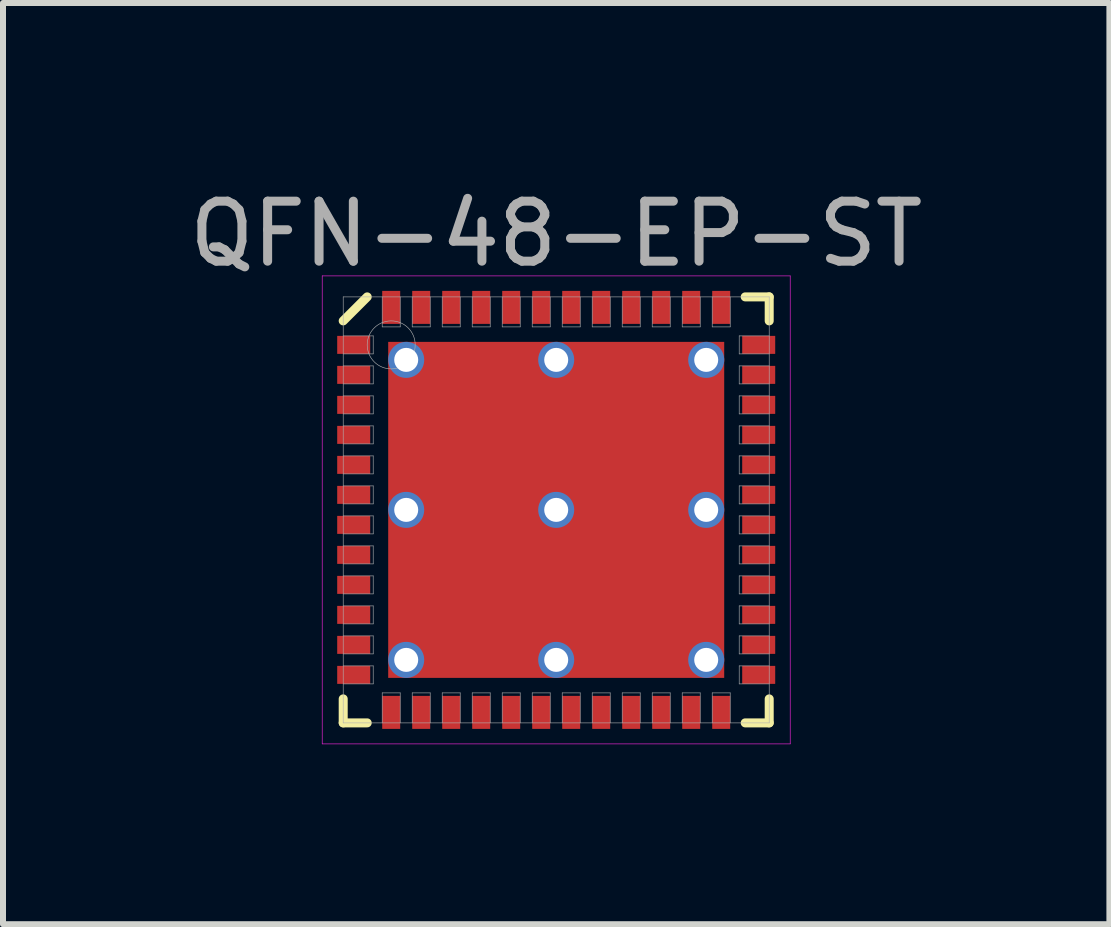
<source format=kicad_pcb>
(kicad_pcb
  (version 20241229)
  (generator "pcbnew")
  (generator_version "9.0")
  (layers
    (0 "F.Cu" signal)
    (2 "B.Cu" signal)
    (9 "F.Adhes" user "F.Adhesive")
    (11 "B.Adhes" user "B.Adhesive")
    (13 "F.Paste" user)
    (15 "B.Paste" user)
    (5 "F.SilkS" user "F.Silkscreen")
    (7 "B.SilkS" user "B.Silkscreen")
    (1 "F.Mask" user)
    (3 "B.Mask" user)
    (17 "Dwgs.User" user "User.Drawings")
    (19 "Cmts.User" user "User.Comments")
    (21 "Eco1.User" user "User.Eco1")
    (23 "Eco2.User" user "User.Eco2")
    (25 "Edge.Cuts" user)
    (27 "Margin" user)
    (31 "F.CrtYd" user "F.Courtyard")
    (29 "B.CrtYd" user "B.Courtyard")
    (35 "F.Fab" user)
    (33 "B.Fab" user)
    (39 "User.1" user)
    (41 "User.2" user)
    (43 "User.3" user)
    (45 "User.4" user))
  (footprint "QFN-48-EP-ST"
    (layer "F.Cu")
    (at 6.22 5.448)
    (property "Reference" "QFN-48-EP-ST" (at 0 -4.6 0) (layer "F.Fab") (effects (font (size 1 1) (thickness 0.15))))
    (attr through_hole)
    (fp_line (start -3.55 -3.15) (end -3.15 -3.55) (stroke (width 0.15) (type solid)) (layer "F.SilkS"))
    (fp_line (start -3.55 3.55) (end -3.55 3.15) (stroke (width 0.15) (type solid)) (layer "F.SilkS"))
    (fp_line (start -3.15 3.55) (end -3.55 3.55) (stroke (width 0.15) (type solid)) (layer "F.SilkS"))
    (fp_line (start 3.15 -3.55) (end 3.55 -3.55) (stroke (width 0.15) (type solid)) (layer "F.SilkS"))
    (fp_line (start 3.15 3.55) (end 3.55 3.55) (stroke (width 0.15) (type solid)) (layer "F.SilkS"))
    (fp_line (start 3.55 -3.55) (end 3.55 -3.15) (stroke (width 0.15) (type solid)) (layer "F.SilkS"))
    (fp_line (start 3.55 3.55) (end 3.55 3.15) (stroke (width 0.15) (type solid)) (layer "F.SilkS"))
    (fp_line (start -3.9 -3.9) (end 3.9 -3.9) (stroke (width 0.01) (type solid)) (layer "F.CrtYd"))
    (fp_line (start -3.9 3.9) (end -3.9 -3.9) (stroke (width 0.01) (type solid)) (layer "F.CrtYd"))
    (fp_line (start 3.9 -3.9) (end 3.9 3.9) (stroke (width 0.01) (type solid)) (layer "F.CrtYd"))
    (fp_line (start 3.9 3.9) (end -3.9 3.9) (stroke (width 0.01) (type solid)) (layer "F.CrtYd"))
    (fp_line (start -3.55 -3.55) (end 3.55 -3.55) (stroke (width 0.01) (type solid)) (layer "F.Fab"))
    (fp_line (start -3.55 -2.6) (end -3.05 -2.6) (stroke (width 0.01) (type solid)) (layer "F.Fab"))
    (fp_line (start -3.55 -2.1) (end -3.05 -2.1) (stroke (width 0.01) (type solid)) (layer "F.Fab"))
    (fp_line (start -3.55 -1.6) (end -3.05 -1.6) (stroke (width 0.01) (type solid)) (layer "F.Fab"))
    (fp_line (start -3.55 -1.1) (end -3.05 -1.1) (stroke (width 0.01) (type solid)) (layer "F.Fab"))
    (fp_line (start -3.55 -0.6) (end -3.05 -0.6) (stroke (width 0.01) (type solid)) (layer "F.Fab"))
    (fp_line (start -3.55 -0.1) (end -3.05 -0.1) (stroke (width 0.01) (type solid)) (layer "F.Fab"))
    (fp_line (start -3.55 0.4) (end -3.05 0.4) (stroke (width 0.01) (type solid)) (layer "F.Fab"))
    (fp_line (start -3.55 0.9) (end -3.05 0.9) (stroke (width 0.01) (type solid)) (layer "F.Fab"))
    (fp_line (start -3.55 1.4) (end -3.05 1.4) (stroke (width 0.01) (type solid)) (layer "F.Fab"))
    (fp_line (start -3.55 1.9) (end -3.05 1.9) (stroke (width 0.01) (type solid)) (layer "F.Fab"))
    (fp_line (start -3.55 2.4) (end -3.05 2.4) (stroke (width 0.01) (type solid)) (layer "F.Fab"))
    (fp_line (start -3.55 2.9) (end -3.05 2.9) (stroke (width 0.01) (type solid)) (layer "F.Fab"))
    (fp_line (start -3.55 3.55) (end -3.55 -3.55) (stroke (width 0.01) (type solid)) (layer "F.Fab"))
    (fp_line (start -3.05 -2.9) (end -3.55 -2.9) (stroke (width 0.01) (type solid)) (layer "F.Fab"))
    (fp_line (start -3.05 -2.6) (end -3.05 -2.9) (stroke (width 0.01) (type solid)) (layer "F.Fab"))
    (fp_line (start -3.05 -2.4) (end -3.55 -2.4) (stroke (width 0.01) (type solid)) (layer "F.Fab"))
    (fp_line (start -3.05 -2.1) (end -3.05 -2.4) (stroke (width 0.01) (type solid)) (layer "F.Fab"))
    (fp_line (start -3.05 -1.9) (end -3.55 -1.9) (stroke (width 0.01) (type solid)) (layer "F.Fab"))
    (fp_line (start -3.05 -1.6) (end -3.05 -1.9) (stroke (width 0.01) (type solid)) (layer "F.Fab"))
    (fp_line (start -3.05 -1.4) (end -3.55 -1.4) (stroke (width 0.01) (type solid)) (layer "F.Fab"))
    (fp_line (start -3.05 -1.1) (end -3.05 -1.4) (stroke (width 0.01) (type solid)) (layer "F.Fab"))
    (fp_line (start -3.05 -0.9) (end -3.55 -0.9) (stroke (width 0.01) (type solid)) (layer "F.Fab"))
    (fp_line (start -3.05 -0.6) (end -3.05 -0.9) (stroke (width 0.01) (type solid)) (layer "F.Fab"))
    (fp_line (start -3.05 -0.4) (end -3.55 -0.4) (stroke (width 0.01) (type solid)) (layer "F.Fab"))
    (fp_line (start -3.05 -0.1) (end -3.05 -0.4) (stroke (width 0.01) (type solid)) (layer "F.Fab"))
    (fp_line (start -3.05 0.1) (end -3.55 0.1) (stroke (width 0.01) (type solid)) (layer "F.Fab"))
    (fp_line (start -3.05 0.4) (end -3.05 0.1) (stroke (width 0.01) (type solid)) (layer "F.Fab"))
    (fp_line (start -3.05 0.6) (end -3.55 0.6) (stroke (width 0.01) (type solid)) (layer "F.Fab"))
    (fp_line (start -3.05 0.9) (end -3.05 0.6) (stroke (width 0.01) (type solid)) (layer "F.Fab"))
    (fp_line (start -3.05 1.1) (end -3.55 1.1) (stroke (width 0.01) (type solid)) (layer "F.Fab"))
    (fp_line (start -3.05 1.4) (end -3.05 1.1) (stroke (width 0.01) (type solid)) (layer "F.Fab"))
    (fp_line (start -3.05 1.6) (end -3.55 1.6) (stroke (width 0.01) (type solid)) (layer "F.Fab"))
    (fp_line (start -3.05 1.9) (end -3.05 1.6) (stroke (width 0.01) (type solid)) (layer "F.Fab"))
    (fp_line (start -3.05 2.1) (end -3.55 2.1) (stroke (width 0.01) (type solid)) (layer "F.Fab"))
    (fp_line (start -3.05 2.4) (end -3.05 2.1) (stroke (width 0.01) (type solid)) (layer "F.Fab"))
    (fp_line (start -3.05 2.6) (end -3.55 2.6) (stroke (width 0.01) (type solid)) (layer "F.Fab"))
    (fp_line (start -3.05 2.9) (end -3.05 2.6) (stroke (width 0.01) (type solid)) (layer "F.Fab"))
    (fp_line (start -2.9 -3.55) (end -2.9 -3.05) (stroke (width 0.01) (type solid)) (layer "F.Fab"))
    (fp_line (start -2.9 -3.05) (end -2.6 -3.05) (stroke (width 0.01) (type solid)) (layer "F.Fab"))
    (fp_line (start -2.9 3.05) (end -2.9 3.55) (stroke (width 0.01) (type solid)) (layer "F.Fab"))
    (fp_line (start -2.6 -3.05) (end -2.6 -3.55) (stroke (width 0.01) (type solid)) (layer "F.Fab"))
    (fp_line (start -2.6 3.05) (end -2.9 3.05) (stroke (width 0.01) (type solid)) (layer "F.Fab"))
    (fp_line (start -2.6 3.55) (end -2.6 3.05) (stroke (width 0.01) (type solid)) (layer "F.Fab"))
    (fp_line (start -2.4 -3.55) (end -2.4 -3.05) (stroke (width 0.01) (type solid)) (layer "F.Fab"))
    (fp_line (start -2.4 -3.05) (end -2.1 -3.05) (stroke (width 0.01) (type solid)) (layer "F.Fab"))
    (fp_line (start -2.4 3.05) (end -2.4 3.55) (stroke (width 0.01) (type solid)) (layer "F.Fab"))
    (fp_line (start -2.1 -3.05) (end -2.1 -3.55) (stroke (width 0.01) (type solid)) (layer "F.Fab"))
    (fp_line (start -2.1 3.05) (end -2.4 3.05) (stroke (width 0.01) (type solid)) (layer "F.Fab"))
    (fp_line (start -2.1 3.55) (end -2.1 3.05) (stroke (width 0.01) (type solid)) (layer "F.Fab"))
    (fp_line (start -1.9 -3.55) (end -1.9 -3.05) (stroke (width 0.01) (type solid)) (layer "F.Fab"))
    (fp_line (start -1.9 -3.05) (end -1.6 -3.05) (stroke (width 0.01) (type solid)) (layer "F.Fab"))
    (fp_line (start -1.9 3.05) (end -1.9 3.55) (stroke (width 0.01) (type solid)) (layer "F.Fab"))
    (fp_line (start -1.6 -3.05) (end -1.6 -3.55) (stroke (width 0.01) (type solid)) (layer "F.Fab"))
    (fp_line (start -1.6 3.05) (end -1.9 3.05) (stroke (width 0.01) (type solid)) (layer "F.Fab"))
    (fp_line (start -1.6 3.55) (end -1.6 3.05) (stroke (width 0.01) (type solid)) (layer "F.Fab"))
    (fp_line (start -1.4 -3.55) (end -1.4 -3.05) (stroke (width 0.01) (type solid)) (layer "F.Fab"))
    (fp_line (start -1.4 -3.05) (end -1.1 -3.05) (stroke (width 0.01) (type solid)) (layer "F.Fab"))
    (fp_line (start -1.4 3.05) (end -1.4 3.55) (stroke (width 0.01) (type solid)) (layer "F.Fab"))
    (fp_line (start -1.1 -3.05) (end -1.1 -3.55) (stroke (width 0.01) (type solid)) (layer "F.Fab"))
    (fp_line (start -1.1 3.05) (end -1.4 3.05) (stroke (width 0.01) (type solid)) (layer "F.Fab"))
    (fp_line (start -1.1 3.55) (end -1.1 3.05) (stroke (width 0.01) (type solid)) (layer "F.Fab"))
    (fp_line (start -0.9 -3.55) (end -0.9 -3.05) (stroke (width 0.01) (type solid)) (layer "F.Fab"))
    (fp_line (start -0.9 -3.05) (end -0.6 -3.05) (stroke (width 0.01) (type solid)) (layer "F.Fab"))
    (fp_line (start -0.9 3.05) (end -0.9 3.55) (stroke (width 0.01) (type solid)) (layer "F.Fab"))
    (fp_line (start -0.6 -3.05) (end -0.6 -3.55) (stroke (width 0.01) (type solid)) (layer "F.Fab"))
    (fp_line (start -0.6 3.05) (end -0.9 3.05) (stroke (width 0.01) (type solid)) (layer "F.Fab"))
    (fp_line (start -0.6 3.55) (end -0.6 3.05) (stroke (width 0.01) (type solid)) (layer "F.Fab"))
    (fp_line (start -0.4 -3.55) (end -0.4 -3.05) (stroke (width 0.01) (type solid)) (layer "F.Fab"))
    (fp_line (start -0.4 -3.05) (end -0.1 -3.05) (stroke (width 0.01) (type solid)) (layer "F.Fab"))
    (fp_line (start -0.4 3.05) (end -0.4 3.55) (stroke (width 0.01) (type solid)) (layer "F.Fab"))
    (fp_line (start -0.1 -3.05) (end -0.1 -3.55) (stroke (width 0.01) (type solid)) (layer "F.Fab"))
    (fp_line (start -0.1 3.05) (end -0.4 3.05) (stroke (width 0.01) (type solid)) (layer "F.Fab"))
    (fp_line (start -0.1 3.55) (end -0.1 3.05) (stroke (width 0.01) (type solid)) (layer "F.Fab"))
    (fp_line (start 0.1 -3.55) (end 0.1 -3.05) (stroke (width 0.01) (type solid)) (layer "F.Fab"))
    (fp_line (start 0.1 -3.05) (end 0.4 -3.05) (stroke (width 0.01) (type solid)) (layer "F.Fab"))
    (fp_line (start 0.1 3.05) (end 0.1 3.55) (stroke (width 0.01) (type solid)) (layer "F.Fab"))
    (fp_line (start 0.4 -3.05) (end 0.4 -3.55) (stroke (width 0.01) (type solid)) (layer "F.Fab"))
    (fp_line (start 0.4 3.05) (end 0.1 3.05) (stroke (width 0.01) (type solid)) (layer "F.Fab"))
    (fp_line (start 0.4 3.55) (end 0.4 3.05) (stroke (width 0.01) (type solid)) (layer "F.Fab"))
    (fp_line (start 0.6 -3.55) (end 0.6 -3.05) (stroke (width 0.01) (type solid)) (layer "F.Fab"))
    (fp_line (start 0.6 -3.05) (end 0.9 -3.05) (stroke (width 0.01) (type solid)) (layer "F.Fab"))
    (fp_line (start 0.6 3.05) (end 0.6 3.55) (stroke (width 0.01) (type solid)) (layer "F.Fab"))
    (fp_line (start 0.9 -3.05) (end 0.9 -3.55) (stroke (width 0.01) (type solid)) (layer "F.Fab"))
    (fp_line (start 0.9 3.05) (end 0.6 3.05) (stroke (width 0.01) (type solid)) (layer "F.Fab"))
    (fp_line (start 0.9 3.55) (end 0.9 3.05) (stroke (width 0.01) (type solid)) (layer "F.Fab"))
    (fp_line (start 1.1 -3.55) (end 1.1 -3.05) (stroke (width 0.01) (type solid)) (layer "F.Fab"))
    (fp_line (start 1.1 -3.05) (end 1.4 -3.05) (stroke (width 0.01) (type solid)) (layer "F.Fab"))
    (fp_line (start 1.1 3.05) (end 1.1 3.55) (stroke (width 0.01) (type solid)) (layer "F.Fab"))
    (fp_line (start 1.4 -3.05) (end 1.4 -3.55) (stroke (width 0.01) (type solid)) (layer "F.Fab"))
    (fp_line (start 1.4 3.05) (end 1.1 3.05) (stroke (width 0.01) (type solid)) (layer "F.Fab"))
    (fp_line (start 1.4 3.55) (end 1.4 3.05) (stroke (width 0.01) (type solid)) (layer "F.Fab"))
    (fp_line (start 1.6 -3.55) (end 1.6 -3.05) (stroke (width 0.01) (type solid)) (layer "F.Fab"))
    (fp_line (start 1.6 -3.05) (end 1.9 -3.05) (stroke (width 0.01) (type solid)) (layer "F.Fab"))
    (fp_line (start 1.6 3.05) (end 1.6 3.55) (stroke (width 0.01) (type solid)) (layer "F.Fab"))
    (fp_line (start 1.9 -3.05) (end 1.9 -3.55) (stroke (width 0.01) (type solid)) (layer "F.Fab"))
    (fp_line (start 1.9 3.05) (end 1.6 3.05) (stroke (width 0.01) (type solid)) (layer "F.Fab"))
    (fp_line (start 1.9 3.55) (end 1.9 3.05) (stroke (width 0.01) (type solid)) (layer "F.Fab"))
    (fp_line (start 2.1 -3.55) (end 2.1 -3.05) (stroke (width 0.01) (type solid)) (layer "F.Fab"))
    (fp_line (start 2.1 -3.05) (end 2.4 -3.05) (stroke (width 0.01) (type solid)) (layer "F.Fab"))
    (fp_line (start 2.1 3.05) (end 2.1 3.55) (stroke (width 0.01) (type solid)) (layer "F.Fab"))
    (fp_line (start 2.4 -3.05) (end 2.4 -3.55) (stroke (width 0.01) (type solid)) (layer "F.Fab"))
    (fp_line (start 2.4 3.05) (end 2.1 3.05) (stroke (width 0.01) (type solid)) (layer "F.Fab"))
    (fp_line (start 2.4 3.55) (end 2.4 3.05) (stroke (width 0.01) (type solid)) (layer "F.Fab"))
    (fp_line (start 2.6 -3.55) (end 2.6 -3.05) (stroke (width 0.01) (type solid)) (layer "F.Fab"))
    (fp_line (start 2.6 -3.05) (end 2.9 -3.05) (stroke (width 0.01) (type solid)) (layer "F.Fab"))
    (fp_line (start 2.6 3.05) (end 2.6 3.55) (stroke (width 0.01) (type solid)) (layer "F.Fab"))
    (fp_line (start 2.9 -3.05) (end 2.9 -3.55) (stroke (width 0.01) (type solid)) (layer "F.Fab"))
    (fp_line (start 2.9 3.05) (end 2.6 3.05) (stroke (width 0.01) (type solid)) (layer "F.Fab"))
    (fp_line (start 2.9 3.55) (end 2.9 3.05) (stroke (width 0.01) (type solid)) (layer "F.Fab"))
    (fp_line (start 3.05 -2.9) (end 3.05 -2.6) (stroke (width 0.01) (type solid)) (layer "F.Fab"))
    (fp_line (start 3.05 -2.6) (end 3.55 -2.6) (stroke (width 0.01) (type solid)) (layer "F.Fab"))
    (fp_line (start 3.05 -2.4) (end 3.05 -2.1) (stroke (width 0.01) (type solid)) (layer "F.Fab"))
    (fp_line (start 3.05 -2.1) (end 3.55 -2.1) (stroke (width 0.01) (type solid)) (layer "F.Fab"))
    (fp_line (start 3.05 -1.9) (end 3.05 -1.6) (stroke (width 0.01) (type solid)) (layer "F.Fab"))
    (fp_line (start 3.05 -1.6) (end 3.55 -1.6) (stroke (width 0.01) (type solid)) (layer "F.Fab"))
    (fp_line (start 3.05 -1.4) (end 3.05 -1.1) (stroke (width 0.01) (type solid)) (layer "F.Fab"))
    (fp_line (start 3.05 -1.1) (end 3.55 -1.1) (stroke (width 0.01) (type solid)) (layer "F.Fab"))
    (fp_line (start 3.05 -0.9) (end 3.05 -0.6) (stroke (width 0.01) (type solid)) (layer "F.Fab"))
    (fp_line (start 3.05 -0.6) (end 3.55 -0.6) (stroke (width 0.01) (type solid)) (layer "F.Fab"))
    (fp_line (start 3.05 -0.4) (end 3.05 -0.1) (stroke (width 0.01) (type solid)) (layer "F.Fab"))
    (fp_line (start 3.05 -0.1) (end 3.55 -0.1) (stroke (width 0.01) (type solid)) (layer "F.Fab"))
    (fp_line (start 3.05 0.1) (end 3.05 0.4) (stroke (width 0.01) (type solid)) (layer "F.Fab"))
    (fp_line (start 3.05 0.4) (end 3.55 0.4) (stroke (width 0.01) (type solid)) (layer "F.Fab"))
    (fp_line (start 3.05 0.6) (end 3.05 0.9) (stroke (width 0.01) (type solid)) (layer "F.Fab"))
    (fp_line (start 3.05 0.9) (end 3.55 0.9) (stroke (width 0.01) (type solid)) (layer "F.Fab"))
    (fp_line (start 3.05 1.1) (end 3.05 1.4) (stroke (width 0.01) (type solid)) (layer "F.Fab"))
    (fp_line (start 3.05 1.4) (end 3.55 1.4) (stroke (width 0.01) (type solid)) (layer "F.Fab"))
    (fp_line (start 3.05 1.6) (end 3.05 1.9) (stroke (width 0.01) (type solid)) (layer "F.Fab"))
    (fp_line (start 3.05 1.9) (end 3.55 1.9) (stroke (width 0.01) (type solid)) (layer "F.Fab"))
    (fp_line (start 3.05 2.1) (end 3.05 2.4) (stroke (width 0.01) (type solid)) (layer "F.Fab"))
    (fp_line (start 3.05 2.4) (end 3.55 2.4) (stroke (width 0.01) (type solid)) (layer "F.Fab"))
    (fp_line (start 3.05 2.6) (end 3.05 2.9) (stroke (width 0.01) (type solid)) (layer "F.Fab"))
    (fp_line (start 3.05 2.9) (end 3.55 2.9) (stroke (width 0.01) (type solid)) (layer "F.Fab"))
    (fp_line (start 3.55 -3.55) (end 3.55 3.55) (stroke (width 0.01) (type solid)) (layer "F.Fab"))
    (fp_line (start 3.55 -2.9) (end 3.05 -2.9) (stroke (width 0.01) (type solid)) (layer "F.Fab"))
    (fp_line (start 3.55 -2.4) (end 3.05 -2.4) (stroke (width 0.01) (type solid)) (layer "F.Fab"))
    (fp_line (start 3.55 -1.9) (end 3.05 -1.9) (stroke (width 0.01) (type solid)) (layer "F.Fab"))
    (fp_line (start 3.55 -1.4) (end 3.05 -1.4) (stroke (width 0.01) (type solid)) (layer "F.Fab"))
    (fp_line (start 3.55 -0.9) (end 3.05 -0.9) (stroke (width 0.01) (type solid)) (layer "F.Fab"))
    (fp_line (start 3.55 -0.4) (end 3.05 -0.4) (stroke (width 0.01) (type solid)) (layer "F.Fab"))
    (fp_line (start 3.55 0.1) (end 3.05 0.1) (stroke (width 0.01) (type solid)) (layer "F.Fab"))
    (fp_line (start 3.55 0.6) (end 3.05 0.6) (stroke (width 0.01) (type solid)) (layer "F.Fab"))
    (fp_line (start 3.55 1.1) (end 3.05 1.1) (stroke (width 0.01) (type solid)) (layer "F.Fab"))
    (fp_line (start 3.55 1.6) (end 3.05 1.6) (stroke (width 0.01) (type solid)) (layer "F.Fab"))
    (fp_line (start 3.55 2.1) (end 3.05 2.1) (stroke (width 0.01) (type solid)) (layer "F.Fab"))
    (fp_line (start 3.55 2.6) (end 3.05 2.6) (stroke (width 0.01) (type solid)) (layer "F.Fab"))
    (fp_line (start 3.55 3.55) (end -3.55 3.55) (stroke (width 0.01) (type solid)) (layer "F.Fab"))
    (fp_circle (center -2.75 -2.75) (end -2.75 -2.35) (stroke (width 0.01) (type solid)) (fill no) (layer "F.Fab"))
    (pad "1" smd rect (at -3.375 -2.75) (size 0.55 0.3) (layers "F.Cu" "F.Mask" "F.Paste"))
    (pad "2" smd rect (at -3.375 -2.25) (size 0.55 0.3) (layers "F.Cu" "F.Mask" "F.Paste"))
    (pad "3" smd rect (at -3.375 -1.75) (size 0.55 0.3) (layers "F.Cu" "F.Mask" "F.Paste"))
    (pad "4" smd rect (at -3.375 -1.25) (size 0.55 0.3) (layers "F.Cu" "F.Mask" "F.Paste"))
    (pad "5" smd rect (at -3.375 -0.75) (size 0.55 0.3) (layers "F.Cu" "F.Mask" "F.Paste"))
    (pad "6" smd rect (at -3.375 -0.25) (size 0.55 0.3) (layers "F.Cu" "F.Mask" "F.Paste"))
    (pad "7" smd rect (at -3.375 0.25) (size 0.55 0.3) (layers "F.Cu" "F.Mask" "F.Paste"))
    (pad "8" smd rect (at -3.375 0.75) (size 0.55 0.3) (layers "F.Cu" "F.Mask" "F.Paste"))
    (pad "9" smd rect (at -3.375 1.25) (size 0.55 0.3) (layers "F.Cu" "F.Mask" "F.Paste"))
    (pad "10" smd rect (at -3.375 1.75) (size 0.55 0.3) (layers "F.Cu" "F.Mask" "F.Paste"))
    (pad "11" smd rect (at -3.375 2.25) (size 0.55 0.3) (layers "F.Cu" "F.Mask" "F.Paste"))
    (pad "12" smd rect (at -3.375 2.75) (size 0.55 0.3) (layers "F.Cu" "F.Mask" "F.Paste"))
    (pad "13" smd rect (at -2.75 3.375) (size 0.3 0.55) (layers "F.Cu" "F.Mask" "F.Paste"))
    (pad "14" smd rect (at -2.25 3.375) (size 0.3 0.55) (layers "F.Cu" "F.Mask" "F.Paste"))
    (pad "15" smd rect (at -1.75 3.375) (size 0.3 0.55) (layers "F.Cu" "F.Mask" "F.Paste"))
    (pad "16" smd rect (at -1.25 3.375) (size 0.3 0.55) (layers "F.Cu" "F.Mask" "F.Paste"))
    (pad "17" smd rect (at -0.75 3.375) (size 0.3 0.55) (layers "F.Cu" "F.Mask" "F.Paste"))
    (pad "18" smd rect (at -0.25 3.375) (size 0.3 0.55) (layers "F.Cu" "F.Mask" "F.Paste"))
    (pad "19" smd rect (at 0.25 3.375) (size 0.3 0.55) (layers "F.Cu" "F.Mask" "F.Paste"))
    (pad "20" smd rect (at 0.75 3.375) (size 0.3 0.55) (layers "F.Cu" "F.Mask" "F.Paste"))
    (pad "21" smd rect (at 1.25 3.375) (size 0.3 0.55) (layers "F.Cu" "F.Mask" "F.Paste"))
    (pad "22" smd rect (at 1.75 3.375) (size 0.3 0.55) (layers "F.Cu" "F.Mask" "F.Paste"))
    (pad "23" smd rect (at 2.25 3.375) (size 0.3 0.55) (layers "F.Cu" "F.Mask" "F.Paste"))
    (pad "24" smd rect (at 2.75 3.375) (size 0.3 0.55) (layers "F.Cu" "F.Mask" "F.Paste"))
    (pad "25" smd rect (at 3.375 2.75) (size 0.55 0.3) (layers "F.Cu" "F.Mask" "F.Paste"))
    (pad "26" smd rect (at 3.375 2.25) (size 0.55 0.3) (layers "F.Cu" "F.Mask" "F.Paste"))
    (pad "27" smd rect (at 3.375 1.75) (size 0.55 0.3) (layers "F.Cu" "F.Mask" "F.Paste"))
    (pad "28" smd rect (at 3.375 1.25) (size 0.55 0.3) (layers "F.Cu" "F.Mask" "F.Paste"))
    (pad "29" smd rect (at 3.375 0.75) (size 0.55 0.3) (layers "F.Cu" "F.Mask" "F.Paste"))
    (pad "30" smd rect (at 3.375 0.25) (size 0.55 0.3) (layers "F.Cu" "F.Mask" "F.Paste"))
    (pad "31" smd rect (at 3.375 -0.25) (size 0.55 0.3) (layers "F.Cu" "F.Mask" "F.Paste"))
    (pad "32" smd rect (at 3.375 -0.75) (size 0.55 0.3) (layers "F.Cu" "F.Mask" "F.Paste"))
    (pad "33" smd rect (at 3.375 -1.25) (size 0.55 0.3) (layers "F.Cu" "F.Mask" "F.Paste"))
    (pad "34" smd rect (at 3.375 -1.75) (size 0.55 0.3) (layers "F.Cu" "F.Mask" "F.Paste"))
    (pad "35" smd rect (at 3.375 -2.25) (size 0.55 0.3) (layers "F.Cu" "F.Mask" "F.Paste"))
    (pad "36" smd rect (at 3.375 -2.75) (size 0.55 0.3) (layers "F.Cu" "F.Mask" "F.Paste"))
    (pad "37" smd rect (at 2.75 -3.375) (size 0.3 0.55) (layers "F.Cu" "F.Mask" "F.Paste"))
    (pad "38" smd rect (at 2.25 -3.375) (size 0.3 0.55) (layers "F.Cu" "F.Mask" "F.Paste"))
    (pad "39" smd rect (at 1.75 -3.375) (size 0.3 0.55) (layers "F.Cu" "F.Mask" "F.Paste"))
    (pad "40" smd rect (at 1.25 -3.375) (size 0.3 0.55) (layers "F.Cu" "F.Mask" "F.Paste"))
    (pad "41" smd rect (at 0.75 -3.375) (size 0.3 0.55) (layers "F.Cu" "F.Mask" "F.Paste"))
    (pad "42" smd rect (at 0.25 -3.375) (size 0.3 0.55) (layers "F.Cu" "F.Mask" "F.Paste"))
    (pad "43" smd rect (at -0.25 -3.375) (size 0.3 0.55) (layers "F.Cu" "F.Mask" "F.Paste"))
    (pad "44" smd rect (at -0.75 -3.375) (size 0.3 0.55) (layers "F.Cu" "F.Mask" "F.Paste"))
    (pad "45" smd rect (at -1.25 -3.375) (size 0.3 0.55) (layers "F.Cu" "F.Mask" "F.Paste"))
    (pad "46" smd rect (at -1.75 -3.375) (size 0.3 0.55) (layers "F.Cu" "F.Mask" "F.Paste"))
    (pad "47" smd rect (at -2.25 -3.375) (size 0.3 0.55) (layers "F.Cu" "F.Mask" "F.Paste"))
    (pad "48" smd rect (at -2.75 -3.375) (size 0.3 0.55) (layers "F.Cu" "F.Mask" "F.Paste"))
    (pad "EP" thru_hole circle (at -2.5 -2.5) (size 0.6 0.6) (drill 0.4) (layers "*.Cu"))
    (pad "EP" thru_hole circle (at -2.5 0) (size 0.6 0.6) (drill 0.4) (layers "*.Cu"))
    (pad "EP" thru_hole circle (at -2.5 2.5) (size 0.6 0.6) (drill 0.4) (layers "*.Cu"))
    (pad "EP" smd rect (at -1.25 -1.25) (size 2 2) (layers "F.Cu" "F.Paste"))
    (pad "EP" smd rect (at -1.25 1.25) (size 2 2) (layers "F.Cu" "F.Paste"))
    (pad "EP" thru_hole circle (at 0 -2.5) (size 0.6 0.6) (drill 0.4) (layers "*.Cu"))
    (pad "EP" thru_hole circle (at 0 0) (size 0.6 0.6) (drill 0.4) (layers "*.Cu"))
    (pad "EP" smd rect (at 0 0) (size 5.6 5.6) (layers "F.Cu" "F.Mask"))
    (pad "EP" thru_hole circle (at 0 2.5) (size 0.6 0.6) (drill 0.4) (layers "*.Cu"))
    (pad "EP" smd rect (at 1.25 -1.25) (size 2 2) (layers "F.Cu" "F.Paste"))
    (pad "EP" smd rect (at 1.25 1.25) (size 2 2) (layers "F.Cu" "F.Paste"))
    (pad "EP" thru_hole circle (at 2.5 -2.5) (size 0.6 0.6) (drill 0.4) (layers "*.Cu"))
    (pad "EP" thru_hole circle (at 2.5 0) (size 0.6 0.6) (drill 0.4) (layers "*.Cu"))
    (pad "EP" thru_hole circle (at 2.5 2.5) (size 0.6 0.6) (drill 0.4) (layers "*.Cu")))
  (gr_rect
    (start -3 -3)
    (end 15.44 12.353)
    (stroke (width 0.1) (type default))
    (fill no)
    (layer "Edge.Cuts")))
</source>
